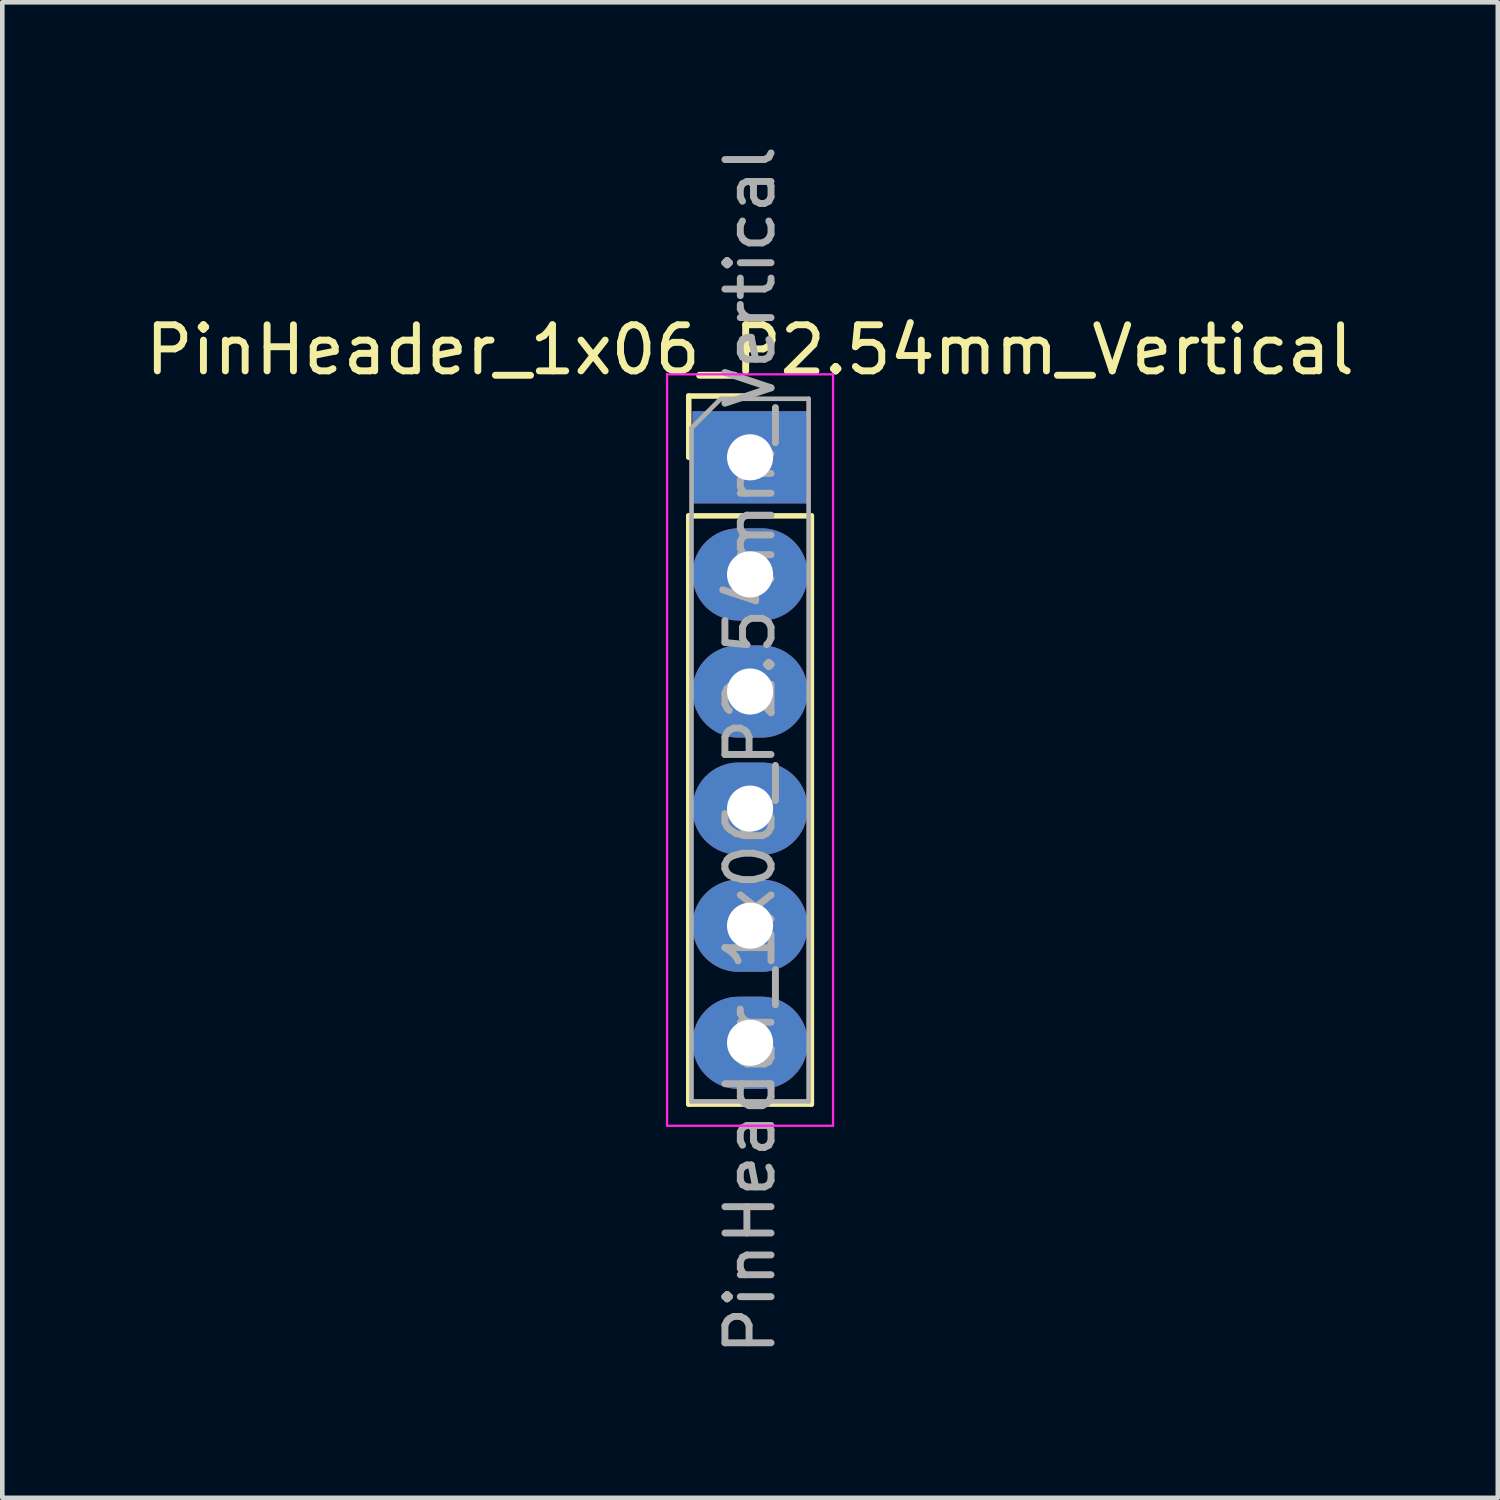
<source format=kicad_pcb>
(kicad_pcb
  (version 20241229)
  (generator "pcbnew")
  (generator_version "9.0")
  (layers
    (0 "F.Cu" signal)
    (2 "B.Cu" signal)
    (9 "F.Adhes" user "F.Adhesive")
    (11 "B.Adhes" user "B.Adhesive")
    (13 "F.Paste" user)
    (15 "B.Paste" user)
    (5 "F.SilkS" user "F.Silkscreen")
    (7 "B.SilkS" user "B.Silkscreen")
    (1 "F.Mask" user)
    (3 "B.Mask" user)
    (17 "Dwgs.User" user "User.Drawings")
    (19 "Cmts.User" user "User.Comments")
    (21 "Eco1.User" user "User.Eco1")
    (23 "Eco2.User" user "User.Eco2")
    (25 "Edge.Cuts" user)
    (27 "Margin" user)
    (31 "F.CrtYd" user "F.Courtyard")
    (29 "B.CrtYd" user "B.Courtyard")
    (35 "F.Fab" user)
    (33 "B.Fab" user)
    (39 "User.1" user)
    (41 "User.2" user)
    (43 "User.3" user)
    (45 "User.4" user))
  (footprint "PinHeader_1x06_P2.54mm_Vertical"
    (layer "F.Cu")
    (at 13.22 6.87)
    (property "Reference" "PinHeader_1x06_P2.54mm_Vertical" (at 0 -2.33 0) (layer "F.SilkS") (effects (font (size 1 1) (thickness 0.15))))
    (attr through_hole)
    (fp_line (start -1.33 -1.33) (end 0 -1.33) (stroke (width 0.12) (type solid)) (layer "F.SilkS"))
    (fp_line (start -1.33 0) (end -1.33 -1.33) (stroke (width 0.12) (type solid)) (layer "F.SilkS"))
    (fp_line (start -1.33 1.27) (end -1.33 14.03) (stroke (width 0.12) (type solid)) (layer "F.SilkS"))
    (fp_line (start -1.33 1.27) (end 1.33 1.27) (stroke (width 0.12) (type solid)) (layer "F.SilkS"))
    (fp_line (start -1.33 14.03) (end 1.33 14.03) (stroke (width 0.12) (type solid)) (layer "F.SilkS"))
    (fp_line (start 1.33 1.27) (end 1.33 14.03) (stroke (width 0.12) (type solid)) (layer "F.SilkS"))
    (fp_line (start -1.8 -1.8) (end -1.8 14.5) (stroke (width 0.05) (type solid)) (layer "F.CrtYd"))
    (fp_line (start -1.8 14.5) (end 1.8 14.5) (stroke (width 0.05) (type solid)) (layer "F.CrtYd"))
    (fp_line (start 1.8 -1.8) (end -1.8 -1.8) (stroke (width 0.05) (type solid)) (layer "F.CrtYd"))
    (fp_line (start 1.8 14.5) (end 1.8 -1.8) (stroke (width 0.05) (type solid)) (layer "F.CrtYd"))
    (fp_line (start -1.27 -0.635) (end -0.635 -1.27) (stroke (width 0.1) (type solid)) (layer "F.Fab"))
    (fp_line (start -1.27 13.97) (end -1.27 -0.635) (stroke (width 0.1) (type solid)) (layer "F.Fab"))
    (fp_line (start -0.635 -1.27) (end 1.27 -1.27) (stroke (width 0.1) (type solid)) (layer "F.Fab"))
    (fp_line (start 1.27 -1.27) (end 1.27 13.97) (stroke (width 0.1) (type solid)) (layer "F.Fab"))
    (fp_line (start 1.27 13.97) (end -1.27 13.97) (stroke (width 0.1) (type solid)) (layer "F.Fab"))
    (fp_text user "${REFERENCE}" (at 0 6.35 90) (layer "F.Fab") (effects (font (size 1 1) (thickness 0.15))))
    (pad "1" thru_hole rect (at 0 0) (size 2.5 2) (drill 1) (layers "*.Cu" "*.Mask"))
    (pad "2" thru_hole oval (at 0 2.54) (size 2.5 2) (drill 1) (layers "*.Cu" "*.Mask"))
    (pad "3" thru_hole oval (at 0 5.08) (size 2.5 2) (drill 1) (layers "*.Cu" "*.Mask"))
    (pad "4" thru_hole oval (at 0 7.62) (size 2.5 2) (drill 1) (layers "*.Cu" "*.Mask"))
    (pad "5" thru_hole oval (at 0 10.16) (size 2.5 2) (drill 1) (layers "*.Cu" "*.Mask"))
    (pad "6" thru_hole oval (at 0 12.7) (size 2.5 2) (drill 1) (layers "*.Cu" "*.Mask")))
  (gr_rect
    (start -3 -3)
    (end 29.44 29.44)
    (stroke (width 0.1) (type default))
    (fill no)
    (layer "Edge.Cuts")))
</source>
